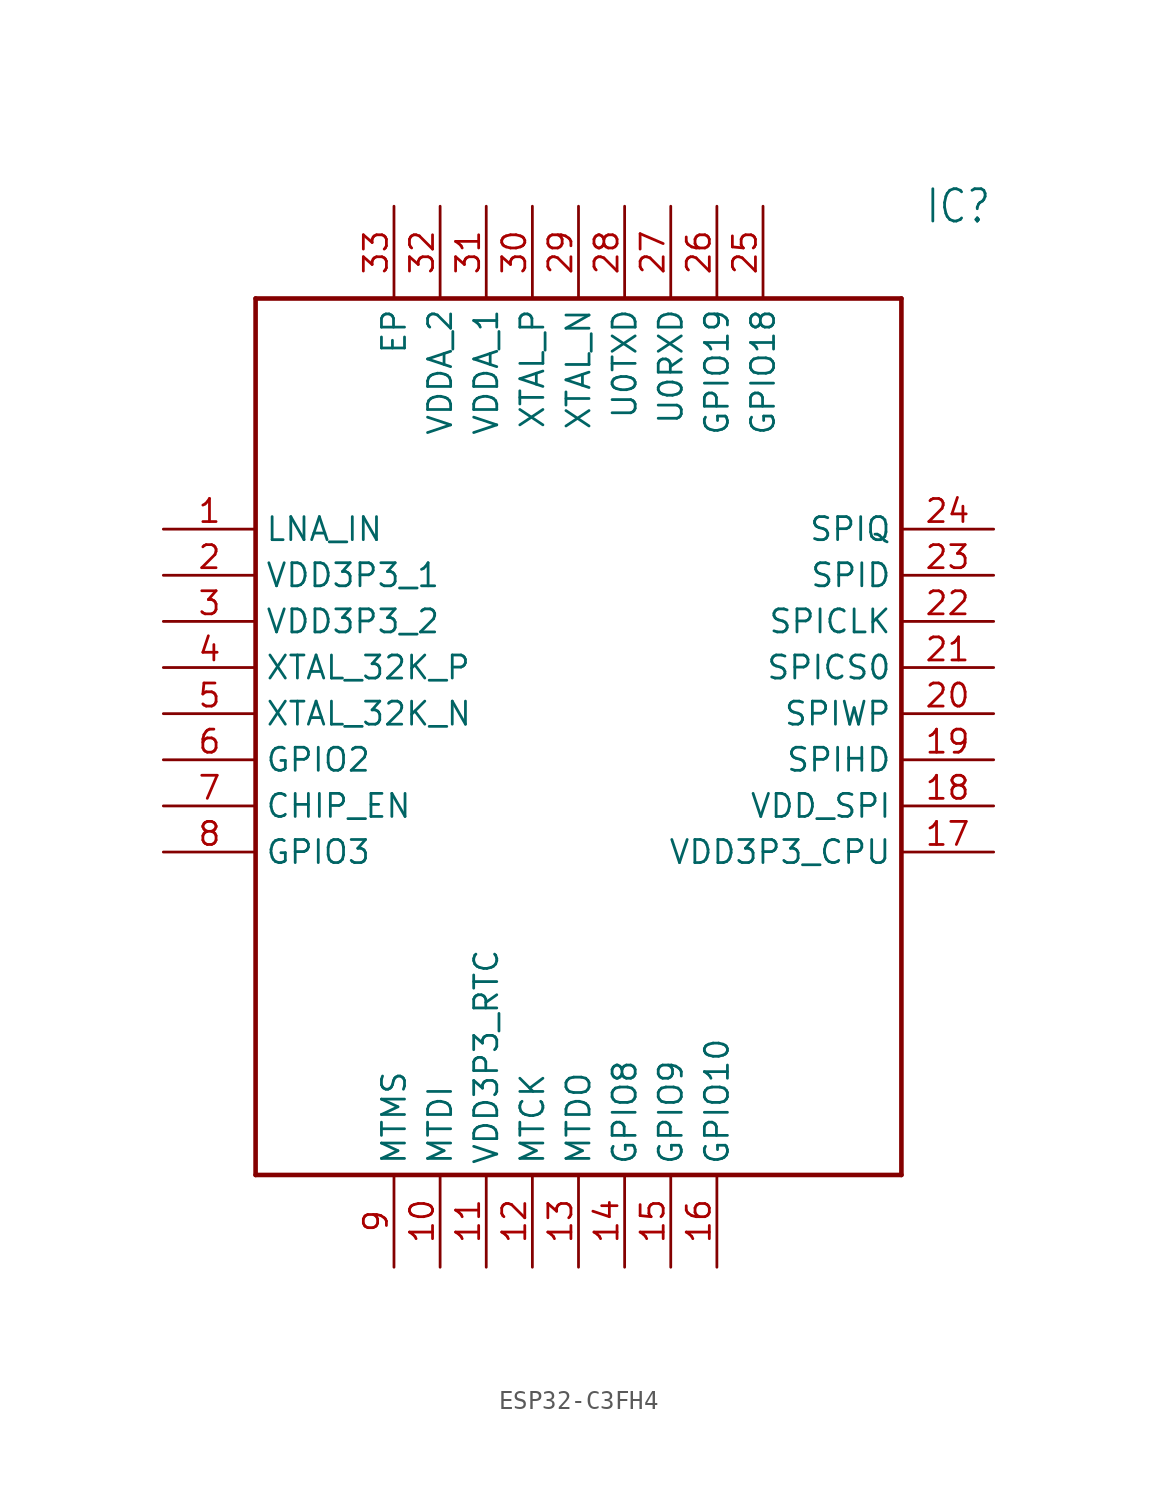
<source format=kicad_sym>
(kicad_symbol_lib
  (version 20220914)
  (generator kicad_symbol_editor)
  (symbol "ESP32-C3FH4"
    (property "Reference" "IC"
      (at 41.91 17.78 0)
      (effects (font (size 1.778 1.511)) (justify left)))
    (property "Value" ""
      (at 41.91 15.24 0)
      (effects (font (size 1.778 1.511)) (justify left)))
    (property "ki_locked" ""
      (at 0 0 0)
      (effects (font (size 1.27 1.27))))
    (symbol "ESP32-C3FH4_1_0"
      (polyline (pts (xy 5.08 12.7) (xy 5.08 -35.56)) (stroke (width 0.254) (type solid)) (fill (type none)))
      (polyline (pts (xy 5.08 12.7) (xy 40.64 12.7)) (stroke (width 0.254) (type solid)) (fill (type none)))
      (polyline (pts (xy 40.64 -35.56) (xy 5.08 -35.56)) (stroke (width 0.254) (type solid)) (fill (type none)))
      (polyline (pts (xy 40.64 -35.56) (xy 40.64 12.7)) (stroke (width 0.254) (type solid)) (fill (type none)))
      (pin bidirectional line (at 0 0 0) (length 5.08) (name "LNA_IN" (effects (font (size 1.27 1.27)))) (number "1" (effects (font (size 1.27 1.27)))))
      (pin bidirectional line (at 15.24 -40.64 90) (length 5.08) (name "MTDI" (effects (font (size 1.27 1.27)))) (number "10" (effects (font (size 1.27 1.27)))))
      (pin bidirectional line (at 17.78 -40.64 90) (length 5.08) (name "VDD3P3_RTC" (effects (font (size 1.27 1.27)))) (number "11" (effects (font (size 1.27 1.27)))))
      (pin bidirectional line (at 20.32 -40.64 90) (length 5.08) (name "MTCK" (effects (font (size 1.27 1.27)))) (number "12" (effects (font (size 1.27 1.27)))))
      (pin bidirectional line (at 22.86 -40.64 90) (length 5.08) (name "MTDO" (effects (font (size 1.27 1.27)))) (number "13" (effects (font (size 1.27 1.27)))))
      (pin bidirectional line (at 25.4 -40.64 90) (length 5.08) (name "GPIO8" (effects (font (size 1.27 1.27)))) (number "14" (effects (font (size 1.27 1.27)))))
      (pin bidirectional line (at 27.94 -40.64 90) (length 5.08) (name "GPIO9" (effects (font (size 1.27 1.27)))) (number "15" (effects (font (size 1.27 1.27)))))
      (pin bidirectional line (at 30.48 -40.64 90) (length 5.08) (name "GPIO10" (effects (font (size 1.27 1.27)))) (number "16" (effects (font (size 1.27 1.27)))))
      (pin bidirectional line (at 45.72 -17.78 180) (length 5.08) (name "VDD3P3_CPU" (effects (font (size 1.27 1.27)))) (number "17" (effects (font (size 1.27 1.27)))))
      (pin bidirectional line (at 45.72 -15.24 180) (length 5.08) (name "VDD_SPI" (effects (font (size 1.27 1.27)))) (number "18" (effects (font (size 1.27 1.27)))))
      (pin bidirectional line (at 45.72 -12.7 180) (length 5.08) (name "SPIHD" (effects (font (size 1.27 1.27)))) (number "19" (effects (font (size 1.27 1.27)))))
      (pin bidirectional line (at 0 -2.54 0) (length 5.08) (name "VDD3P3_1" (effects (font (size 1.27 1.27)))) (number "2" (effects (font (size 1.27 1.27)))))
      (pin bidirectional line (at 45.72 -10.16 180) (length 5.08) (name "SPIWP" (effects (font (size 1.27 1.27)))) (number "20" (effects (font (size 1.27 1.27)))))
      (pin bidirectional line (at 45.72 -7.62 180) (length 5.08) (name "SPICS0" (effects (font (size 1.27 1.27)))) (number "21" (effects (font (size 1.27 1.27)))))
      (pin bidirectional line (at 45.72 -5.08 180) (length 5.08) (name "SPICLK" (effects (font (size 1.27 1.27)))) (number "22" (effects (font (size 1.27 1.27)))))
      (pin bidirectional line (at 45.72 -2.54 180) (length 5.08) (name "SPID" (effects (font (size 1.27 1.27)))) (number "23" (effects (font (size 1.27 1.27)))))
      (pin bidirectional line (at 45.72 0 180) (length 5.08) (name "SPIQ" (effects (font (size 1.27 1.27)))) (number "24" (effects (font (size 1.27 1.27)))))
      (pin bidirectional line (at 33.02 17.78 270) (length 5.08) (name "GPIO18" (effects (font (size 1.27 1.27)))) (number "25" (effects (font (size 1.27 1.27)))))
      (pin bidirectional line (at 30.48 17.78 270) (length 5.08) (name "GPIO19" (effects (font (size 1.27 1.27)))) (number "26" (effects (font (size 1.27 1.27)))))
      (pin bidirectional line (at 27.94 17.78 270) (length 5.08) (name "U0RXD" (effects (font (size 1.27 1.27)))) (number "27" (effects (font (size 1.27 1.27)))))
      (pin bidirectional line (at 25.4 17.78 270) (length 5.08) (name "U0TXD" (effects (font (size 1.27 1.27)))) (number "28" (effects (font (size 1.27 1.27)))))
      (pin bidirectional line (at 22.86 17.78 270) (length 5.08) (name "XTAL_N" (effects (font (size 1.27 1.27)))) (number "29" (effects (font (size 1.27 1.27)))))
      (pin bidirectional line (at 0 -5.08 0) (length 5.08) (name "VDD3P3_2" (effects (font (size 1.27 1.27)))) (number "3" (effects (font (size 1.27 1.27)))))
      (pin bidirectional line (at 20.32 17.78 270) (length 5.08) (name "XTAL_P" (effects (font (size 1.27 1.27)))) (number "30" (effects (font (size 1.27 1.27)))))
      (pin bidirectional line (at 17.78 17.78 270) (length 5.08) (name "VDDA_1" (effects (font (size 1.27 1.27)))) (number "31" (effects (font (size 1.27 1.27)))))
      (pin bidirectional line (at 15.24 17.78 270) (length 5.08) (name "VDDA_2" (effects (font (size 1.27 1.27)))) (number "32" (effects (font (size 1.27 1.27)))))
      (pin bidirectional line (at 12.7 17.78 270) (length 5.08) (name "EP" (effects (font (size 1.27 1.27)))) (number "33" (effects (font (size 1.27 1.27)))))
      (pin bidirectional line (at 0 -7.62 0) (length 5.08) (name "XTAL_32K_P" (effects (font (size 1.27 1.27)))) (number "4" (effects (font (size 1.27 1.27)))))
      (pin bidirectional line (at 0 -10.16 0) (length 5.08) (name "XTAL_32K_N" (effects (font (size 1.27 1.27)))) (number "5" (effects (font (size 1.27 1.27)))))
      (pin bidirectional line (at 0 -12.7 0) (length 5.08) (name "GPIO2" (effects (font (size 1.27 1.27)))) (number "6" (effects (font (size 1.27 1.27)))))
      (pin bidirectional line (at 0 -15.24 0) (length 5.08) (name "CHIP_EN" (effects (font (size 1.27 1.27)))) (number "7" (effects (font (size 1.27 1.27)))))
      (pin bidirectional line (at 0 -17.78 0) (length 5.08) (name "GPIO3" (effects (font (size 1.27 1.27)))) (number "8" (effects (font (size 1.27 1.27)))))
      (pin bidirectional line (at 12.7 -40.64 90) (length 5.08) (name "MTMS" (effects (font (size 1.27 1.27)))) (number "9" (effects (font (size 1.27 1.27))))))))
</source>
